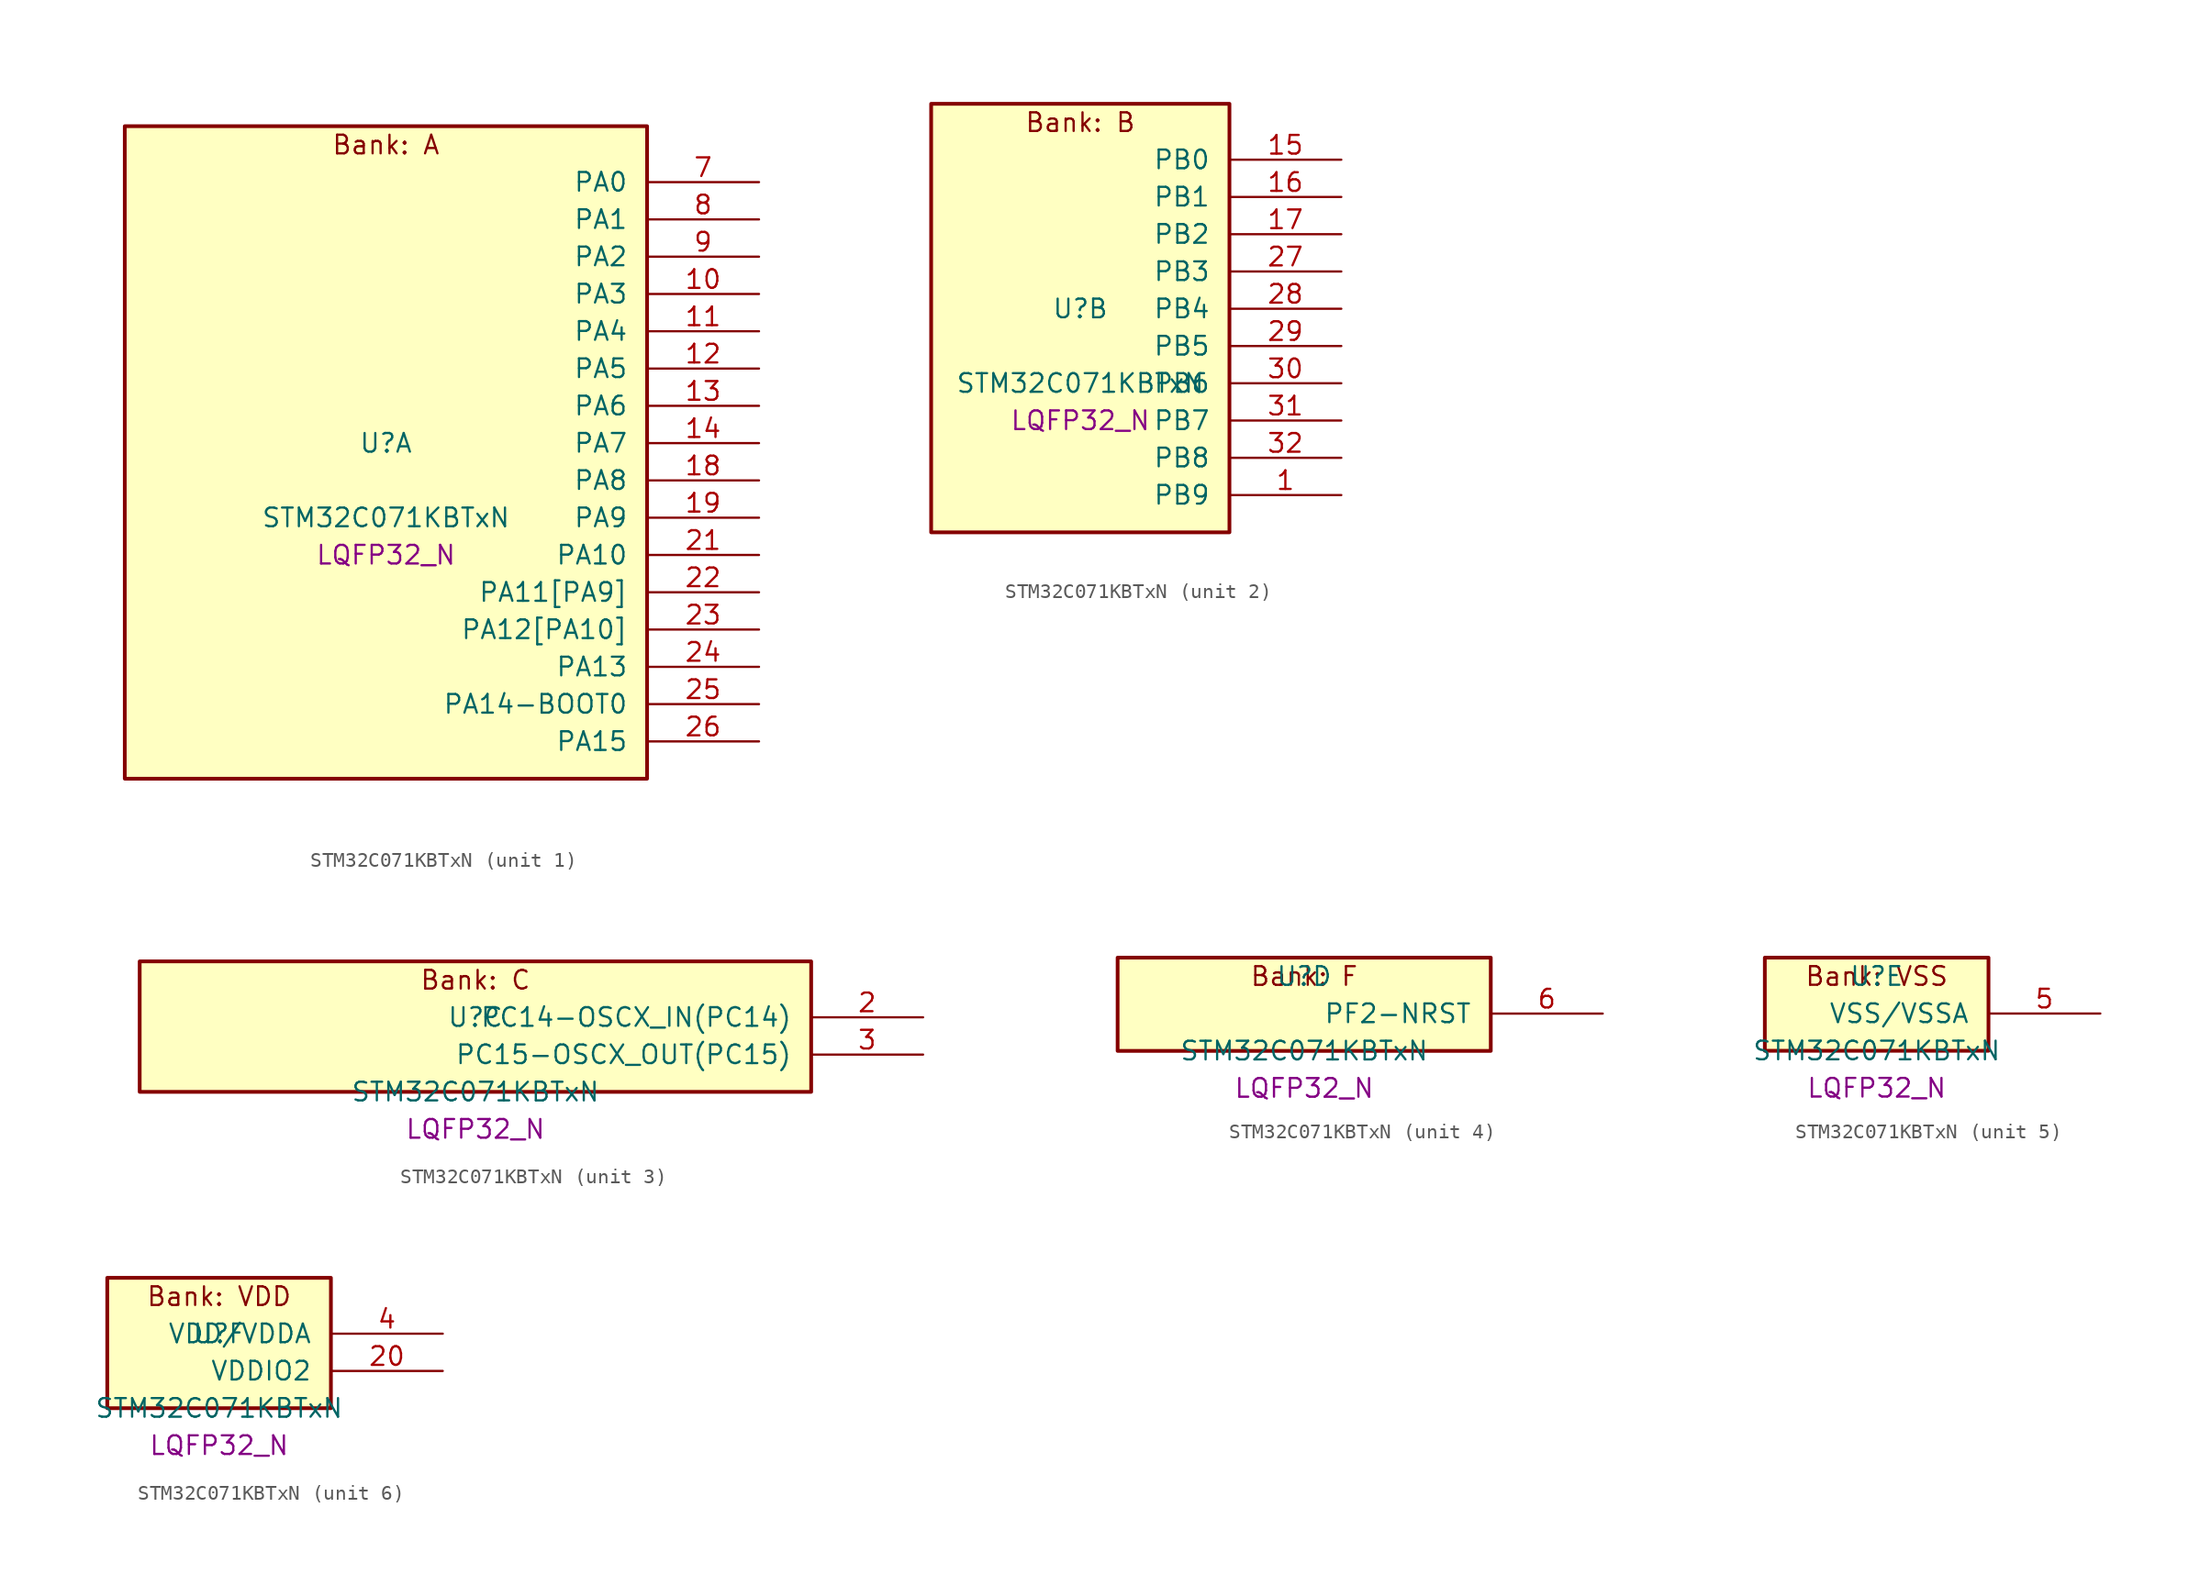
<source format=kicad_sym>
(kicad_symbol_lib
  (version 20241209)
  (generator "stm32_pkl_generator")
  (generator_version "1.0")
  (symbol "STM32C071KBTxN"
    (pin_names
      (offset 1.27))
    (property "Reference" "U"
      (at 0 2.54 0))
    (property "Value" "STM32C071KBTxN"
      (at 0 -2.54 0))
    (property "Footprint" "LQFP32_N"
      (at 0 -5.08 0))
    (symbol "STM32C071KBTxN_1_1"
      (rectangle (start -17.78 24.13) (end 17.78 -20.32) (stroke (width 0.254) (type solid)) (fill (type background)))
      (text "Bank: A" (at 0 22.86 0))
      (pin bidirectional line (at 25.4 20.32 180) (length 7.62) (name "PA0") (number "7") (alternate "PA0/ADC1_IN0" bidirectional line) (alternate "PA0/PWR_WKUP1" bidirectional line) (alternate "PA0/SPI2_SCK" bidirectional line) (alternate "PA0/TIM16_CH1" bidirectional line) (alternate "PA0/TIM1_CH1" bidirectional line) (alternate "PA0/TIM2_CH1" bidirectional line) (alternate "PA0/TIM2_ETR" bidirectional line) (alternate "PA0/USART1_TX" bidirectional line) (alternate "PA0/USART2_CTS" bidirectional line) (alternate "PA0/USART2_NSS" bidirectional line))
      (pin bidirectional line (at 25.4 17.78 180) (length 7.62) (name "PA1") (number "8") (alternate "PA1/ADC1_IN1" bidirectional line) (alternate "PA1/I2C1_SMBA" bidirectional line) (alternate "PA1/I2S1_CK" bidirectional line) (alternate "PA1/SPI1_SCK" bidirectional line) (alternate "PA1/TIM17_CH1" bidirectional line) (alternate "PA1/TIM1_CH2" bidirectional line) (alternate "PA1/TIM2_CH2" bidirectional line) (alternate "PA1/USART1_RX" bidirectional line) (alternate "PA1/USART2_CK" bidirectional line) (alternate "PA1/USART2_DE" bidirectional line) (alternate "PA1/USART2_RTS" bidirectional line))
      (pin bidirectional line (at 25.4 15.24 180) (length 7.62) (name "PA2") (number "9") (alternate "PA2/ADC1_IN2" bidirectional line) (alternate "PA2/I2S1_SD" bidirectional line) (alternate "PA2/PWR_WKUP4" bidirectional line) (alternate "PA2/RCC_LSCO" bidirectional line) (alternate "PA2/SPI1_MOSI" bidirectional line) (alternate "PA2/TIM16_CH1N" bidirectional line) (alternate "PA2/TIM1_CH3" bidirectional line) (alternate "PA2/TIM2_CH3" bidirectional line) (alternate "PA2/TIM3_ETR" bidirectional line) (alternate "PA2/USART2_TX" bidirectional line))
      (pin bidirectional line (at 25.4 12.7 180) (length 7.62) (name "PA3") (number "10") (alternate "PA3/ADC1_IN3" bidirectional line) (alternate "PA3/SPI2_MISO" bidirectional line) (alternate "PA3/TIM1_CH1N" bidirectional line) (alternate "PA3/TIM1_CH4" bidirectional line) (alternate "PA3/TIM2_CH4" bidirectional line) (alternate "PA3/USART2_RX" bidirectional line))
      (pin bidirectional line (at 25.4 10.16 180) (length 7.62) (name "PA4") (number "11") (alternate "PA4/ADC1_IN4" bidirectional line) (alternate "PA4/I2S1_WS" bidirectional line) (alternate "PA4/PWR_WKUP2" bidirectional line) (alternate "PA4/RTC_OUT1" bidirectional line) (alternate "PA4/RTC_TS" bidirectional line) (alternate "PA4/SPI1_NSS" bidirectional line) (alternate "PA4/SPI2_MOSI" bidirectional line) (alternate "PA4/TIM14_CH1" bidirectional line) (alternate "PA4/TIM17_CH1N" bidirectional line) (alternate "PA4/TIM1_CH2N" bidirectional line) (alternate "PA4/USART2_TX" bidirectional line) (alternate "PA4/USB_NOE" bidirectional line))
      (pin bidirectional line (at 25.4 7.62 180) (length 7.62) (name "PA5") (number "12") (alternate "PA5/ADC1_IN5" bidirectional line) (alternate "PA5/I2S1_CK" bidirectional line) (alternate "PA5/SPI1_SCK" bidirectional line) (alternate "PA5/TIM1_CH1" bidirectional line) (alternate "PA5/TIM1_CH3N" bidirectional line) (alternate "PA5/TIM2_CH1" bidirectional line) (alternate "PA5/TIM2_ETR" bidirectional line) (alternate "PA5/USART2_RX" bidirectional line))
      (pin bidirectional line (at 25.4 5.08 180) (length 7.62) (name "PA6") (number "13") (alternate "PA6/ADC1_IN6" bidirectional line) (alternate "PA6/I2C2_SDA" bidirectional line) (alternate "PA6/I2S1_MCK" bidirectional line) (alternate "PA6/SPI1_MISO" bidirectional line) (alternate "PA6/TIM16_CH1" bidirectional line) (alternate "PA6/TIM1_BKIN" bidirectional line) (alternate "PA6/TIM3_CH1" bidirectional line))
      (pin bidirectional line (at 25.4 2.54 180) (length 7.62) (name "PA7") (number "14") (alternate "PA7/ADC1_IN7" bidirectional line) (alternate "PA7/I2C2_SCL" bidirectional line) (alternate "PA7/I2S1_SD" bidirectional line) (alternate "PA7/SPI1_MOSI" bidirectional line) (alternate "PA7/TIM14_CH1" bidirectional line) (alternate "PA7/TIM17_CH1" bidirectional line) (alternate "PA7/TIM1_CH1N" bidirectional line) (alternate "PA7/TIM3_CH2" bidirectional line))
      (pin bidirectional line (at 25.4 0 180) (length 7.62) (name "PA8") (number "18") (alternate "PA8/ADC1_IN8" bidirectional line) (alternate "PA8/CRS_SYNC" bidirectional line) (alternate "PA8/I2S1_WS" bidirectional line) (alternate "PA8/RCC_MCO" bidirectional line) (alternate "PA8/RCC_MCO_2" bidirectional line) (alternate "PA8/SPI1_NSS" bidirectional line) (alternate "PA8/SPI2_MISO" bidirectional line) (alternate "PA8/SPI2_NSS" bidirectional line) (alternate "PA8/TIM14_CH1" bidirectional line) (alternate "PA8/TIM1_CH1" bidirectional line) (alternate "PA8/TIM1_CH2N" bidirectional line) (alternate "PA8/TIM1_CH3N" bidirectional line) (alternate "PA8/TIM3_CH3" bidirectional line) (alternate "PA8/TIM3_CH4" bidirectional line) (alternate "PA8/USART1_RX" bidirectional line) (alternate "PA8/USART2_TX" bidirectional line))
      (pin bidirectional line (at 25.4 -2.54 180) (length 7.62) (name "PA9") (number "19") (alternate "PA9/I2C1_SCL" bidirectional line) (alternate "PA9/I2C2_SCL" bidirectional line) (alternate "PA9/RCC_MCO" bidirectional line) (alternate "PA9/SPI2_MISO" bidirectional line) (alternate "PA9/TIM1_CH2" bidirectional line) (alternate "PA9/TIM3_ETR" bidirectional line) (alternate "PA9/USART1_TX" bidirectional line) (alternate "PA9/NC" bidirectional line))
      (pin bidirectional line (at 25.4 -5.08 180) (length 7.62) (name "PA10") (number "21") (alternate "PA10/I2C1_SDA" bidirectional line) (alternate "PA10/I2C2_SDA" bidirectional line) (alternate "PA10/RCC_MCO_2" bidirectional line) (alternate "PA10/SPI2_MOSI" bidirectional line) (alternate "PA10/TIM17_BKIN" bidirectional line) (alternate "PA10/TIM1_CH3" bidirectional line) (alternate "PA10/USART1_RX" bidirectional line) (alternate "PA10/NC" bidirectional line))
      (pin bidirectional line (at 25.4 -7.62 180) (length 7.62) (name "PA11[PA9]") (number "22") (alternate "PA11[PA9]/ADC1_EXTI11" bidirectional line) (alternate "PA11[PA9]/I2C2_SCL" bidirectional line) (alternate "PA11[PA9]/I2S1_MCK" bidirectional line) (alternate "PA11[PA9]/SPI1_MISO" bidirectional line) (alternate "PA11[PA9]/TIM1_BKIN2" bidirectional line) (alternate "PA11[PA9]/TIM1_CH4" bidirectional line) (alternate "PA11[PA9]/USART1_CTS" bidirectional line) (alternate "PA11[PA9]/USART1_NSS" bidirectional line) (alternate "PA11[PA9]/USB_DM" bidirectional line) (alternate "PA11[PA9]/PA9[PA11]" bidirectional line) (alternate "PA11[PA9]/I2C1_SCL" bidirectional line) (alternate "PA11[PA9]/RCC_MCO" bidirectional line) (alternate "PA11[PA9]/SPI2_MISO" bidirectional line) (alternate "PA11[PA9]/TIM1_CH2" bidirectional line) (alternate "PA11[PA9]/TIM3_ETR" bidirectional line) (alternate "PA11[PA9]/USART1_TX" bidirectional line))
      (pin bidirectional line (at 25.4 -10.16 180) (length 7.62) (name "PA12[PA10]") (number "23") (alternate "PA12[PA10]/I2C2_SDA" bidirectional line) (alternate "PA12[PA10]/I2S1_SD" bidirectional line) (alternate "PA12[PA10]/I2S_CKIN" bidirectional line) (alternate "PA12[PA10]/SPI1_MOSI" bidirectional line) (alternate "PA12[PA10]/TIM1_ETR" bidirectional line) (alternate "PA12[PA10]/USART1_CK" bidirectional line) (alternate "PA12[PA10]/USART1_DE" bidirectional line) (alternate "PA12[PA10]/USART1_RTS" bidirectional line) (alternate "PA12[PA10]/USB_DP" bidirectional line) (alternate "PA12[PA10]/PA10[PA12]" bidirectional line) (alternate "PA12[PA10]/I2C1_SDA" bidirectional line) (alternate "PA12[PA10]/RCC_MCO_2" bidirectional line) (alternate "PA12[PA10]/SPI2_MOSI" bidirectional line) (alternate "PA12[PA10]/TIM17_BKIN" bidirectional line) (alternate "PA12[PA10]/TIM1_CH3" bidirectional line) (alternate "PA12[PA10]/USART1_RX" bidirectional line))
      (pin bidirectional line (at 25.4 -12.7 180) (length 7.62) (name "PA13") (number "24") (alternate "PA13/ADC1_IN13" bidirectional line) (alternate "PA13/DEBUG_SWDIO" bidirectional line) (alternate "PA13/IR_OUT" bidirectional line) (alternate "PA13/TIM3_ETR" bidirectional line) (alternate "PA13/USART2_RX" bidirectional line) (alternate "PA13/USB_NOE" bidirectional line))
      (pin bidirectional line (at 25.4 -15.24 180) (length 7.62) (name "PA14-BOOT0") (number "25") (alternate "PA14-BOOT0/ADC1_IN14" bidirectional line) (alternate "PA14-BOOT0/DEBUG_SWCLK" bidirectional line) (alternate "PA14-BOOT0/I2S1_WS" bidirectional line) (alternate "PA14-BOOT0/RCC_MCO_2" bidirectional line) (alternate "PA14-BOOT0/SPI1_NSS" bidirectional line) (alternate "PA14-BOOT0/TIM1_CH1" bidirectional line) (alternate "PA14-BOOT0/USART1_CK" bidirectional line) (alternate "PA14-BOOT0/USART1_DE" bidirectional line) (alternate "PA14-BOOT0/USART1_RTS" bidirectional line) (alternate "PA14-BOOT0/USART2_RX" bidirectional line) (alternate "PA14-BOOT0/USART2_TX" bidirectional line))
      (pin bidirectional line (at 25.4 -17.78 180) (length 7.62) (name "PA15") (number "26") (alternate "PA15/I2S1_WS" bidirectional line) (alternate "PA15/RCC_MCO_2" bidirectional line) (alternate "PA15/SPI1_NSS" bidirectional line) (alternate "PA15/TIM1_CH1" bidirectional line) (alternate "PA15/TIM2_CH1" bidirectional line) (alternate "PA15/TIM2_ETR" bidirectional line) (alternate "PA15/USART1_CK" bidirectional line) (alternate "PA15/USART1_DE" bidirectional line) (alternate "PA15/USART1_RTS" bidirectional line) (alternate "PA15/USART2_RX" bidirectional line) (alternate "PA15/USB_NOE" bidirectional line)))
    (symbol "STM32C071KBTxN_2_1"
      (rectangle (start -10.16 16.51) (end 10.16 -12.7) (stroke (width 0.254) (type solid)) (fill (type background)))
      (text "Bank: B" (at 0 15.24 0))
      (pin bidirectional line (at 17.78 12.7 180) (length 7.62) (name "PB0") (number "15") (alternate "PB0/ADC1_IN17" bidirectional line) (alternate "PB0/I2S1_WS" bidirectional line) (alternate "PB0/SPI1_NSS" bidirectional line) (alternate "PB0/TIM1_CH2N" bidirectional line) (alternate "PB0/TIM3_CH3" bidirectional line))
      (pin bidirectional line (at 17.78 10.16 180) (length 7.62) (name "PB1") (number "16") (alternate "PB1/ADC1_IN18" bidirectional line) (alternate "PB1/TIM14_CH1" bidirectional line) (alternate "PB1/TIM1_CH2N" bidirectional line) (alternate "PB1/TIM1_CH3N" bidirectional line) (alternate "PB1/TIM3_CH4" bidirectional line))
      (pin bidirectional line (at 17.78 7.62 180) (length 7.62) (name "PB2") (number "17") (alternate "PB2/ADC1_IN19" bidirectional line) (alternate "PB2/RCC_MCO_2" bidirectional line) (alternate "PB2/SPI2_MISO" bidirectional line) (alternate "PB2/USART1_RX" bidirectional line))
      (pin bidirectional line (at 17.78 5.08 180) (length 7.62) (name "PB3") (number "27") (alternate "PB3/I2C2_SCL" bidirectional line) (alternate "PB3/I2S1_CK" bidirectional line) (alternate "PB3/SPI1_SCK" bidirectional line) (alternate "PB3/TIM1_CH2" bidirectional line) (alternate "PB3/TIM2_CH2" bidirectional line) (alternate "PB3/TIM3_CH2" bidirectional line) (alternate "PB3/USART1_CK" bidirectional line) (alternate "PB3/USART1_DE" bidirectional line) (alternate "PB3/USART1_RTS" bidirectional line))
      (pin bidirectional line (at 17.78 2.54 180) (length 7.62) (name "PB4") (number "28") (alternate "PB4/I2C2_SDA" bidirectional line) (alternate "PB4/I2S1_MCK" bidirectional line) (alternate "PB4/SPI1_MISO" bidirectional line) (alternate "PB4/TIM17_BKIN" bidirectional line) (alternate "PB4/TIM3_CH1" bidirectional line) (alternate "PB4/USART1_CTS" bidirectional line) (alternate "PB4/USART1_NSS" bidirectional line))
      (pin bidirectional line (at 17.78 0 180) (length 7.62) (name "PB5") (number "29") (alternate "PB5/I2C1_SMBA" bidirectional line) (alternate "PB5/I2S1_SD" bidirectional line) (alternate "PB5/PWR_WKUP6" bidirectional line) (alternate "PB5/SPI1_MOSI" bidirectional line) (alternate "PB5/TIM16_BKIN" bidirectional line) (alternate "PB5/TIM3_CH2" bidirectional line) (alternate "PB5/TIM3_CH3" bidirectional line))
      (pin bidirectional line (at 17.78 -2.54 180) (length 7.62) (name "PB6") (number "30") (alternate "PB6/I2C1_SCL" bidirectional line) (alternate "PB6/I2C1_SMBA" bidirectional line) (alternate "PB6/I2S1_CK" bidirectional line) (alternate "PB6/I2S1_MCK" bidirectional line) (alternate "PB6/I2S1_SD" bidirectional line) (alternate "PB6/PWR_WKUP3" bidirectional line) (alternate "PB6/SPI1_MISO" bidirectional line) (alternate "PB6/SPI1_MOSI" bidirectional line) (alternate "PB6/SPI1_SCK" bidirectional line) (alternate "PB6/SPI2_MISO" bidirectional line) (alternate "PB6/TIM16_BKIN" bidirectional line) (alternate "PB6/TIM16_CH1N" bidirectional line) (alternate "PB6/TIM17_BKIN" bidirectional line) (alternate "PB6/TIM1_CH2" bidirectional line) (alternate "PB6/TIM1_CH3" bidirectional line) (alternate "PB6/TIM3_CH1" bidirectional line) (alternate "PB6/TIM3_CH2" bidirectional line) (alternate "PB6/TIM3_CH3" bidirectional line) (alternate "PB6/USART1_CTS" bidirectional line) (alternate "PB6/USART1_NSS" bidirectional line) (alternate "PB6/USART1_TX" bidirectional line))
      (pin bidirectional line (at 17.78 -5.08 180) (length 7.62) (name "PB7") (number "31") (alternate "PB7/I2C1_SCL" bidirectional line) (alternate "PB7/I2C1_SDA" bidirectional line) (alternate "PB7/RTC_REFIN" bidirectional line) (alternate "PB7/SPI2_MOSI" bidirectional line) (alternate "PB7/TIM16_CH1" bidirectional line) (alternate "PB7/TIM17_CH1N" bidirectional line) (alternate "PB7/TIM1_CH4" bidirectional line) (alternate "PB7/TIM3_CH1" bidirectional line) (alternate "PB7/TIM3_CH4" bidirectional line) (alternate "PB7/USART1_RX" bidirectional line) (alternate "PB7/USART2_CTS" bidirectional line) (alternate "PB7/USART2_NSS" bidirectional line))
      (pin bidirectional line (at 17.78 -7.62 180) (length 7.62) (name "PB8") (number "32") (alternate "PB8/I2C1_SCL" bidirectional line) (alternate "PB8/SPI2_SCK" bidirectional line) (alternate "PB8/TIM16_CH1" bidirectional line) (alternate "PB8/TIM3_CH1" bidirectional line) (alternate "PB8/USART2_CTS" bidirectional line) (alternate "PB8/USART2_NSS" bidirectional line))
      (pin bidirectional line (at 17.78 -10.16 180) (length 7.62) (name "PB9") (number "1") (alternate "PB9/I2C1_SDA" bidirectional line) (alternate "PB9/IR_OUT" bidirectional line) (alternate "PB9/SPI2_NSS" bidirectional line) (alternate "PB9/TIM17_CH1" bidirectional line) (alternate "PB9/TIM3_CH2" bidirectional line) (alternate "PB9/USART2_CK" bidirectional line) (alternate "PB9/USART2_DE" bidirectional line) (alternate "PB9/USART2_RTS" bidirectional line)))
    (symbol "STM32C071KBTxN_3_1"
      (rectangle (start -22.86 6.35) (end 22.86 -2.54) (stroke (width 0.254) (type solid)) (fill (type background)))
      (text "Bank: C" (at 0 5.08 0))
      (pin bidirectional line (at 30.48 2.54 180) (length 7.62) (name "PC14-OSCX_IN(PC14)") (number "2") (alternate "PC14-OSCX_IN(PC14)/I2C1_SDA" bidirectional line) (alternate "PC14-OSCX_IN(PC14)/IR_OUT" bidirectional line) (alternate "PC14-OSCX_IN(PC14)/RCC_OSCX_IN" bidirectional line) (alternate "PC14-OSCX_IN(PC14)/SPI2_NSS" bidirectional line) (alternate "PC14-OSCX_IN(PC14)/TIM17_CH1" bidirectional line) (alternate "PC14-OSCX_IN(PC14)/TIM1_BKIN2" bidirectional line) (alternate "PC14-OSCX_IN(PC14)/TIM1_ETR" bidirectional line) (alternate "PC14-OSCX_IN(PC14)/TIM3_CH2" bidirectional line) (alternate "PC14-OSCX_IN(PC14)/USART1_TX" bidirectional line) (alternate "PC14-OSCX_IN(PC14)/USART2_CK" bidirectional line) (alternate "PC14-OSCX_IN(PC14)/USART2_DE" bidirectional line) (alternate "PC14-OSCX_IN(PC14)/USART2_RTS" bidirectional line))
      (pin bidirectional line (at 30.48 0 180) (length 7.62) (name "PC15-OSCX_OUT(PC15)") (number "3") (alternate "PC15-OSCX_OUT(PC15)/RCC_OSC32_EN" bidirectional line) (alternate "PC15-OSCX_OUT(PC15)/RCC_OSCX_OUT" bidirectional line) (alternate "PC15-OSCX_OUT(PC15)/RCC_OSC_EN" bidirectional line) (alternate "PC15-OSCX_OUT(PC15)/TIM1_ETR" bidirectional line) (alternate "PC15-OSCX_OUT(PC15)/TIM3_CH3" bidirectional line)))
    (symbol "STM32C071KBTxN_4_1"
      (rectangle (start -12.7 3.81) (end 12.7 -2.54) (stroke (width 0.254) (type solid)) (fill (type background)))
      (text "Bank: F" (at 0 2.54 0))
      (pin bidirectional line (at 20.32 0 180) (length 7.62) (name "PF2-NRST") (number "6") (alternate "PF2-NRST/RCC_MCO" bidirectional line) (alternate "PF2-NRST/TIM1_CH4" bidirectional line)))
    (symbol "STM32C071KBTxN_5_1"
      (rectangle (start -7.62 3.81) (end 7.62 -2.54) (stroke (width 0.254) (type solid)) (fill (type background)))
      (text "Bank: VSS" (at 0 2.54 0))
      (pin power_in line (at 15.24 0 180) (length 7.62) (name "VSS/VSSA") (number "5")))
    (symbol "STM32C071KBTxN_6_1"
      (rectangle (start -7.62 6.35) (end 7.62 -2.54) (stroke (width 0.254) (type solid)) (fill (type background)))
      (text "Bank: VDD" (at 0 5.08 0))
      (pin power_in line (at 15.24 2.54 180) (length 7.62) (name "VDD/VDDA") (number "4"))
      (pin power_in line (at 15.24 0 180) (length 7.62) (name "VDDIO2") (number "20")))))
</source>
